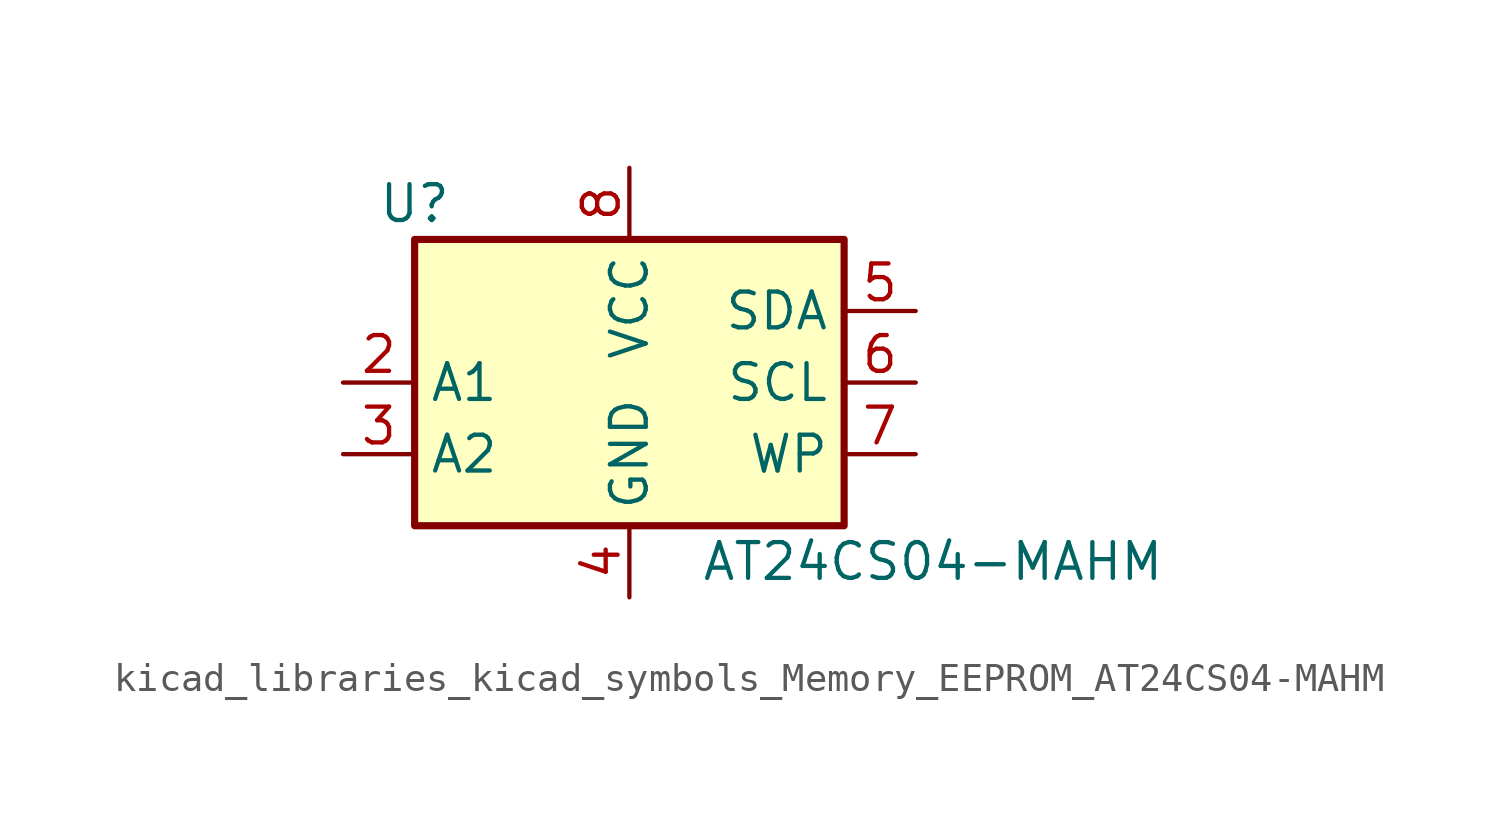
<source format=kicad_sym>
(kicad_symbol_lib
  (version 20220914)
  (generator kicad_symbol_editor)
  (symbol "kicad_libraries_kicad_symbols_Memory_EEPROM_AT24CS04-MAHM"
    (property "Reference" "U"
      (at -7.62 6.35 0)
      (effects (font (size 1.27 1.27))))
    (property "Value" "AT24CS04-MAHM"
      (at 2.54 -6.35 0)
      (effects (font (size 1.27 1.27)) (justify left)))
    (symbol "kicad_libraries_kicad_symbols_Memory_EEPROM_AT24CS04-MAHM_1_1"
      (rectangle (start -7.62 5.08) (end 7.62 -5.08) (stroke (width 0.254) (type default)) (fill (type background)))
      (pin no_connect line (at -7.62 2.54 0) (length 2.54) hide (name "NC" (effects (font (size 1.27 1.27)))) (number "1" (effects (font (size 1.27 1.27)))))
      (pin input line (at -10.16 0 0) (length 2.54) (name "A1" (effects (font (size 1.27 1.27)))) (number "2" (effects (font (size 1.27 1.27)))))
      (pin input line (at -10.16 -2.54 0) (length 2.54) (name "A2" (effects (font (size 1.27 1.27)))) (number "3" (effects (font (size 1.27 1.27)))))
      (pin power_in line (at 0 -7.62 90) (length 2.54) (name "GND" (effects (font (size 1.27 1.27)))) (number "4" (effects (font (size 1.27 1.27)))))
      (pin bidirectional line (at 10.16 2.54 180) (length 2.54) (name "SDA" (effects (font (size 1.27 1.27)))) (number "5" (effects (font (size 1.27 1.27)))))
      (pin input line (at 10.16 0 180) (length 2.54) (name "SCL" (effects (font (size 1.27 1.27)))) (number "6" (effects (font (size 1.27 1.27)))))
      (pin input line (at 10.16 -2.54 180) (length 2.54) (name "WP" (effects (font (size 1.27 1.27)))) (number "7" (effects (font (size 1.27 1.27)))))
      (pin power_in line (at 0 7.62 270) (length 2.54) (name "VCC" (effects (font (size 1.27 1.27)))) (number "8" (effects (font (size 1.27 1.27)))))
      (pin no_connect line (at -2.54 -5.08 90) (length 2.54) hide (name "NC" (effects (font (size 1.27 1.27)))) (number "9" (effects (font (size 1.27 1.27))))))))
</source>
